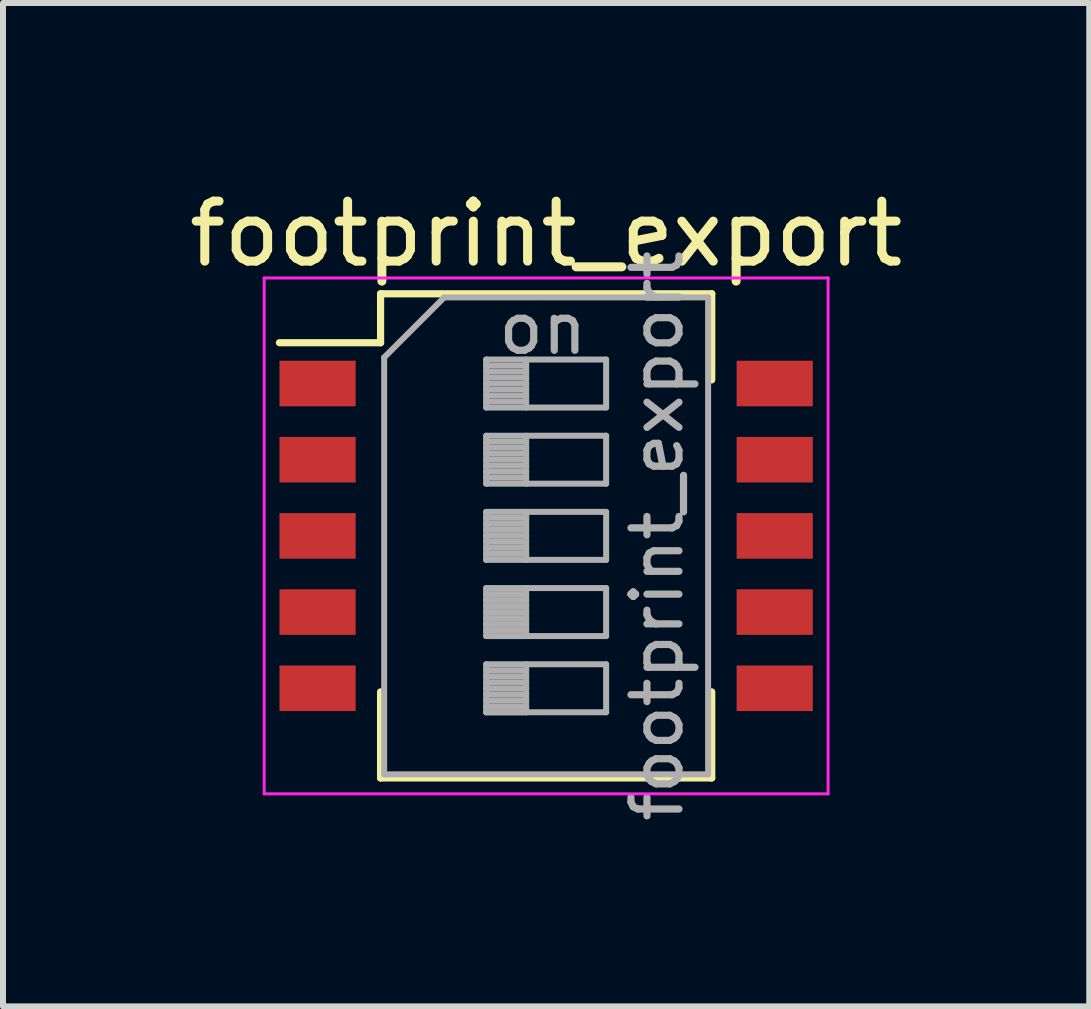
<source format=kicad_pcb>
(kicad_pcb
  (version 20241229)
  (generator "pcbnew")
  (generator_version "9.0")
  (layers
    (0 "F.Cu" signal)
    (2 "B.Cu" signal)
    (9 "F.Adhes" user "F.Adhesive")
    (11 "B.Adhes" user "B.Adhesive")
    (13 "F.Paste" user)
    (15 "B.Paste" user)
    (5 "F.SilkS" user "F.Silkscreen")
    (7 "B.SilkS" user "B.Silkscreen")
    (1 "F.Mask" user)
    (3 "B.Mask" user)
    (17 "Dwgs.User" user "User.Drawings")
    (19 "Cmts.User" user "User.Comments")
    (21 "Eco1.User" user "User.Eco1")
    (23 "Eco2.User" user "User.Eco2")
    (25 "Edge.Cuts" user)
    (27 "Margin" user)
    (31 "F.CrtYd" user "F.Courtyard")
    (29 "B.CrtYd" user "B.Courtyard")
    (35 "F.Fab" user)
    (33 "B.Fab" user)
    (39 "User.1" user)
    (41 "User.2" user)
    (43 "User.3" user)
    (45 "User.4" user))
  (footprint "footprint_export"
    (layer "F.Cu")
    (at 6.054 5.883)
    (property "Reference" "footprint_export" (at 0 -5.035 0) (layer "F.SilkS") (effects (font (size 1 1) (thickness 0.15))))
    (attr smd)
    (fp_line (start -4.446 -3.22) (end -2.76 -3.22) (stroke (width 0.12) (type solid)) (layer "F.SilkS"))
    (fp_line (start -2.76 -4.036) (end -2.76 -3.22) (stroke (width 0.12) (type solid)) (layer "F.SilkS"))
    (fp_line (start -2.76 -4.036) (end 2.76 -4.036) (stroke (width 0.12) (type solid)) (layer "F.SilkS"))
    (fp_line (start -2.76 2.6) (end -2.76 4.035) (stroke (width 0.12) (type solid)) (layer "F.SilkS"))
    (fp_line (start -2.76 4.035) (end 2.76 4.035) (stroke (width 0.12) (type solid)) (layer "F.SilkS"))
    (fp_line (start 2.76 -4.036) (end 2.76 -2.601) (stroke (width 0.12) (type solid)) (layer "F.SilkS"))
    (fp_line (start 2.76 2.6) (end 2.76 4.035) (stroke (width 0.12) (type solid)) (layer "F.SilkS"))
    (fp_line (start -4.7 -4.3) (end -4.7 4.3) (stroke (width 0.05) (type solid)) (layer "F.CrtYd"))
    (fp_line (start -4.7 4.3) (end 4.7 4.3) (stroke (width 0.05) (type solid)) (layer "F.CrtYd"))
    (fp_line (start 4.7 -4.3) (end -4.7 -4.3) (stroke (width 0.05) (type solid)) (layer "F.CrtYd"))
    (fp_line (start 4.7 4.3) (end 4.7 -4.3) (stroke (width 0.05) (type solid)) (layer "F.CrtYd"))
    (fp_line (start -2.7 -2.975) (end -1.7 -3.975) (stroke (width 0.1) (type solid)) (layer "F.Fab"))
    (fp_line (start -2.7 3.975) (end -2.7 -2.975) (stroke (width 0.1) (type solid)) (layer "F.Fab"))
    (fp_line (start -1.7 -3.975) (end 2.7 -3.975) (stroke (width 0.1) (type solid)) (layer "F.Fab"))
    (fp_line (start -1 -2.94) (end -1 -2.14) (stroke (width 0.1) (type solid)) (layer "F.Fab"))
    (fp_line (start -1 -2.84) (end -0.333 -2.84) (stroke (width 0.1) (type solid)) (layer "F.Fab"))
    (fp_line (start -1 -2.74) (end -0.333 -2.74) (stroke (width 0.1) (type solid)) (layer "F.Fab"))
    (fp_line (start -1 -2.64) (end -0.333 -2.64) (stroke (width 0.1) (type solid)) (layer "F.Fab"))
    (fp_line (start -1 -2.54) (end -0.333 -2.54) (stroke (width 0.1) (type solid)) (layer "F.Fab"))
    (fp_line (start -1 -2.44) (end -0.333 -2.44) (stroke (width 0.1) (type solid)) (layer "F.Fab"))
    (fp_line (start -1 -2.34) (end -0.333 -2.34) (stroke (width 0.1) (type solid)) (layer "F.Fab"))
    (fp_line (start -1 -2.24) (end -0.333 -2.24) (stroke (width 0.1) (type solid)) (layer "F.Fab"))
    (fp_line (start -1 -2.14) (end 1 -2.14) (stroke (width 0.1) (type solid)) (layer "F.Fab"))
    (fp_line (start -1 -1.67) (end -1 -0.87) (stroke (width 0.1) (type solid)) (layer "F.Fab"))
    (fp_line (start -1 -1.57) (end -0.333 -1.57) (stroke (width 0.1) (type solid)) (layer "F.Fab"))
    (fp_line (start -1 -1.47) (end -0.333 -1.47) (stroke (width 0.1) (type solid)) (layer "F.Fab"))
    (fp_line (start -1 -1.37) (end -0.333 -1.37) (stroke (width 0.1) (type solid)) (layer "F.Fab"))
    (fp_line (start -1 -1.27) (end -0.333 -1.27) (stroke (width 0.1) (type solid)) (layer "F.Fab"))
    (fp_line (start -1 -1.17) (end -0.333 -1.17) (stroke (width 0.1) (type solid)) (layer "F.Fab"))
    (fp_line (start -1 -1.07) (end -0.333 -1.07) (stroke (width 0.1) (type solid)) (layer "F.Fab"))
    (fp_line (start -1 -0.97) (end -0.333 -0.97) (stroke (width 0.1) (type solid)) (layer "F.Fab"))
    (fp_line (start -1 -0.87) (end 1 -0.87) (stroke (width 0.1) (type solid)) (layer "F.Fab"))
    (fp_line (start -1 -0.4) (end -1 0.4) (stroke (width 0.1) (type solid)) (layer "F.Fab"))
    (fp_line (start -1 -0.3) (end -0.333 -0.3) (stroke (width 0.1) (type solid)) (layer "F.Fab"))
    (fp_line (start -1 -0.2) (end -0.333 -0.2) (stroke (width 0.1) (type solid)) (layer "F.Fab"))
    (fp_line (start -1 -0.1) (end -0.333 -0.1) (stroke (width 0.1) (type solid)) (layer "F.Fab"))
    (fp_line (start -1 0) (end -0.333 0) (stroke (width 0.1) (type solid)) (layer "F.Fab"))
    (fp_line (start -1 0.1) (end -0.333 0.1) (stroke (width 0.1) (type solid)) (layer "F.Fab"))
    (fp_line (start -1 0.2) (end -0.333 0.2) (stroke (width 0.1) (type solid)) (layer "F.Fab"))
    (fp_line (start -1 0.3) (end -0.333 0.3) (stroke (width 0.1) (type solid)) (layer "F.Fab"))
    (fp_line (start -1 0.4) (end 1 0.4) (stroke (width 0.1) (type solid)) (layer "F.Fab"))
    (fp_line (start -1 0.87) (end -1 1.67) (stroke (width 0.1) (type solid)) (layer "F.Fab"))
    (fp_line (start -1 0.97) (end -0.333 0.97) (stroke (width 0.1) (type solid)) (layer "F.Fab"))
    (fp_line (start -1 1.07) (end -0.333 1.07) (stroke (width 0.1) (type solid)) (layer "F.Fab"))
    (fp_line (start -1 1.17) (end -0.333 1.17) (stroke (width 0.1) (type solid)) (layer "F.Fab"))
    (fp_line (start -1 1.27) (end -0.333 1.27) (stroke (width 0.1) (type solid)) (layer "F.Fab"))
    (fp_line (start -1 1.37) (end -0.333 1.37) (stroke (width 0.1) (type solid)) (layer "F.Fab"))
    (fp_line (start -1 1.47) (end -0.333 1.47) (stroke (width 0.1) (type solid)) (layer "F.Fab"))
    (fp_line (start -1 1.57) (end -0.333 1.57) (stroke (width 0.1) (type solid)) (layer "F.Fab"))
    (fp_line (start -1 1.67) (end 1 1.67) (stroke (width 0.1) (type solid)) (layer "F.Fab"))
    (fp_line (start -1 2.14) (end -1 2.94) (stroke (width 0.1) (type solid)) (layer "F.Fab"))
    (fp_line (start -1 2.24) (end -0.333 2.24) (stroke (width 0.1) (type solid)) (layer "F.Fab"))
    (fp_line (start -1 2.34) (end -0.333 2.34) (stroke (width 0.1) (type solid)) (layer "F.Fab"))
    (fp_line (start -1 2.44) (end -0.333 2.44) (stroke (width 0.1) (type solid)) (layer "F.Fab"))
    (fp_line (start -1 2.54) (end -0.333 2.54) (stroke (width 0.1) (type solid)) (layer "F.Fab"))
    (fp_line (start -1 2.64) (end -0.333 2.64) (stroke (width 0.1) (type solid)) (layer "F.Fab"))
    (fp_line (start -1 2.74) (end -0.333 2.74) (stroke (width 0.1) (type solid)) (layer "F.Fab"))
    (fp_line (start -1 2.84) (end -0.333 2.84) (stroke (width 0.1) (type solid)) (layer "F.Fab"))
    (fp_line (start -1 2.94) (end -0.333 2.94) (stroke (width 0.1) (type solid)) (layer "F.Fab"))
    (fp_line (start -1 2.94) (end 1 2.94) (stroke (width 0.1) (type solid)) (layer "F.Fab"))
    (fp_line (start -0.333 -2.94) (end -0.333 -2.14) (stroke (width 0.1) (type solid)) (layer "F.Fab"))
    (fp_line (start -0.333 -1.67) (end -0.333 -0.87) (stroke (width 0.1) (type solid)) (layer "F.Fab"))
    (fp_line (start -0.333 -0.4) (end -0.333 0.4) (stroke (width 0.1) (type solid)) (layer "F.Fab"))
    (fp_line (start -0.333 0.87) (end -0.333 1.67) (stroke (width 0.1) (type solid)) (layer "F.Fab"))
    (fp_line (start -0.333 2.14) (end -0.333 2.94) (stroke (width 0.1) (type solid)) (layer "F.Fab"))
    (fp_line (start 1 -2.94) (end -1 -2.94) (stroke (width 0.1) (type solid)) (layer "F.Fab"))
    (fp_line (start 1 -2.14) (end 1 -2.94) (stroke (width 0.1) (type solid)) (layer "F.Fab"))
    (fp_line (start 1 -1.67) (end -1 -1.67) (stroke (width 0.1) (type solid)) (layer "F.Fab"))
    (fp_line (start 1 -0.87) (end 1 -1.67) (stroke (width 0.1) (type solid)) (layer "F.Fab"))
    (fp_line (start 1 -0.4) (end -1 -0.4) (stroke (width 0.1) (type solid)) (layer "F.Fab"))
    (fp_line (start 1 0.4) (end 1 -0.4) (stroke (width 0.1) (type solid)) (layer "F.Fab"))
    (fp_line (start 1 0.87) (end -1 0.87) (stroke (width 0.1) (type solid)) (layer "F.Fab"))
    (fp_line (start 1 1.67) (end 1 0.87) (stroke (width 0.1) (type solid)) (layer "F.Fab"))
    (fp_line (start 1 2.14) (end -1 2.14) (stroke (width 0.1) (type solid)) (layer "F.Fab"))
    (fp_line (start 1 2.94) (end 1 2.14) (stroke (width 0.1) (type solid)) (layer "F.Fab"))
    (fp_line (start 2.7 -3.975) (end 2.7 3.975) (stroke (width 0.1) (type solid)) (layer "F.Fab"))
    (fp_line (start 2.7 3.975) (end -2.7 3.975) (stroke (width 0.1) (type solid)) (layer "F.Fab"))
    (fp_text user "on" (at -0.055 -3.458 0) (layer "F.Fab") (effects (font (size 0.8 0.8) (thickness 0.12))))
    (fp_text user "${REFERENCE}" (at 1.85 0 90) (layer "F.Fab") (effects (font (size 0.8 0.8) (thickness 0.12))))
    (pad "1" smd rect (at -3.81 -2.54) (size 1.27 0.76) (layers "F.Cu" "F.Mask" "F.Paste"))
    (pad "2" smd rect (at -3.81 -1.27) (size 1.27 0.76) (layers "F.Cu" "F.Mask" "F.Paste"))
    (pad "3" smd rect (at -3.81 0) (size 1.27 0.76) (layers "F.Cu" "F.Mask" "F.Paste"))
    (pad "4" smd rect (at -3.81 1.27) (size 1.27 0.76) (layers "F.Cu" "F.Mask" "F.Paste"))
    (pad "5" smd rect (at -3.81 2.54) (size 1.27 0.76) (layers "F.Cu" "F.Mask" "F.Paste"))
    (pad "6" smd rect (at 3.81 2.54) (size 1.27 0.76) (layers "F.Cu" "F.Mask" "F.Paste"))
    (pad "7" smd rect (at 3.81 1.27) (size 1.27 0.76) (layers "F.Cu" "F.Mask" "F.Paste"))
    (pad "8" smd rect (at 3.81 0) (size 1.27 0.76) (layers "F.Cu" "F.Mask" "F.Paste"))
    (pad "9" smd rect (at 3.81 -1.27) (size 1.27 0.76) (layers "F.Cu" "F.Mask" "F.Paste"))
    (pad "10" smd rect (at 3.81 -2.54) (size 1.27 0.76) (layers "F.Cu" "F.Mask" "F.Paste")))
  (gr_rect
    (start -3 -3)
    (end 15.107 13.726)
    (stroke (width 0.1) (type default))
    (fill no)
    (layer "Edge.Cuts")))
</source>
